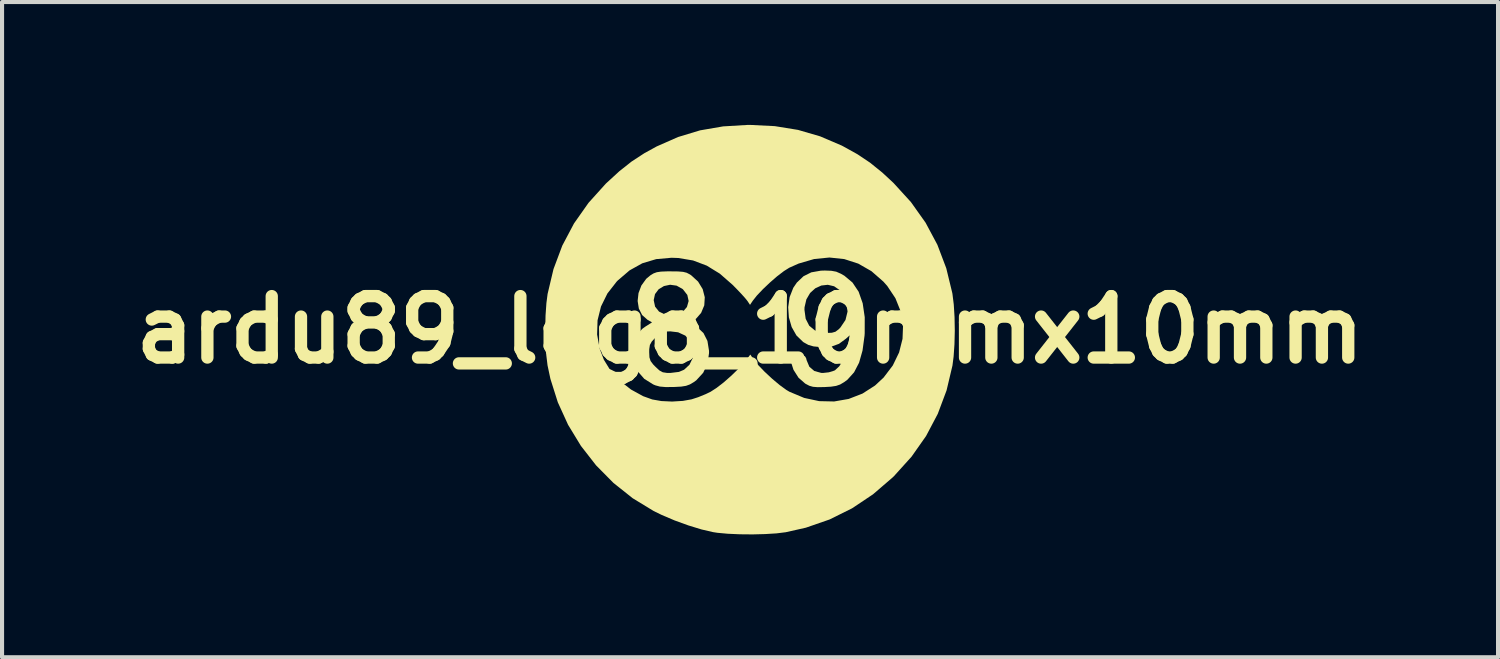
<source format=kicad_pcb>
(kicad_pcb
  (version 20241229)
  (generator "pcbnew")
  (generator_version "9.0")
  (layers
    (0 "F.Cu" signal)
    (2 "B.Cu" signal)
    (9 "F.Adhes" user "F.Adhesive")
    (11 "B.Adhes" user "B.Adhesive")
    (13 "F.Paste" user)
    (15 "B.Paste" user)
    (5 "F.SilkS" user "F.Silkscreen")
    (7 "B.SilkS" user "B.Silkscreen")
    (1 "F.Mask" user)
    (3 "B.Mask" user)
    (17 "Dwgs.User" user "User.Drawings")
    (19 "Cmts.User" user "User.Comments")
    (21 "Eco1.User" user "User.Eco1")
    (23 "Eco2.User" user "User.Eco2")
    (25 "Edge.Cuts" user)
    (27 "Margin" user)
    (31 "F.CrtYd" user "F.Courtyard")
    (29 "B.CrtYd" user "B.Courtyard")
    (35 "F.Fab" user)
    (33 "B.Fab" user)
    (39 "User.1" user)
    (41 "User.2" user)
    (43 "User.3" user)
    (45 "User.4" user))
  (footprint "ardu89_logo_10mmx10mm"
    (layer "F.Cu")
    (at 15.264 5.002)
    (property "Reference" "ardu89_logo_10mmx10mm" (at 0 0 0) (layer "F.SilkS") (effects (font (size 1.5 1.5) (thickness 0.3))))
    (attr board_only exclude_from_pos_files exclude_from_bom)
    (fp_poly (pts (xy 1.987 -1.44) (xy 2.105 -1.418) (xy 2.219 -1.368) (xy 2.304 -1.319) (xy 2.502 -1.153) (xy 2.652 -0.929) (xy 2.751 -0.646) (xy 2.801 -0.307) (xy 2.8 0.086) (xy 2.796 0.146) (xy 2.747 0.508) (xy 2.663 0.804) (xy 2.541 1.039) (xy 2.379 1.219) (xy 2.298 1.279) (xy 2.2 1.337) (xy 2.101 1.371) (xy 1.975 1.39) (xy 1.82 1.399) (xy 1.653 1.402) (xy 1.538 1.393) (xy 1.449 1.368) (xy 1.361 1.322) (xy 1.347 1.314) (xy 1.184 1.171) (xy 1.061 0.977) (xy 0.995 0.772) (xy 0.968 0.625) (xy 1.163 0.625) (xy 1.28 0.629) (xy 1.341 0.647) (xy 1.369 0.692) (xy 1.382 0.743) (xy 1.448 0.902) (xy 1.57 1.007) (xy 1.737 1.053) (xy 1.78 1.055) (xy 1.925 1.039) (xy 2.054 0.999) (xy 2.077 0.987) (xy 2.179 0.892) (xy 2.275 0.74) (xy 2.353 0.554) (xy 2.402 0.356) (xy 2.406 0.332) (xy 2.433 0.137) (xy 2.34 0.22) (xy 2.173 0.343) (xy 1.997 0.408) (xy 1.786 0.426) (xy 1.718 0.423) (xy 1.549 0.406) (xy 1.424 0.37) (xy 1.309 0.306) (xy 1.296 0.297) (xy 1.133 0.139) (xy 1.017 -0.066) (xy 0.949 -0.301) (xy 0.936 -0.488) (xy 1.329 -0.488) (xy 1.359 -0.268) (xy 1.446 -0.098) (xy 1.586 0.017) (xy 1.777 0.073) (xy 1.867 0.078) (xy 1.998 0.073) (xy 2.086 0.048) (xy 2.162 -0.009) (xy 2.208 -0.056) (xy 2.331 -0.239) (xy 2.381 -0.443) (xy 2.357 -0.663) (xy 2.302 -0.809) (xy 2.191 -0.967) (xy 2.053 -1.062) (xy 1.899 -1.098) (xy 1.741 -1.08) (xy 1.593 -1.012) (xy 1.467 -0.898) (xy 1.376 -0.742) (xy 1.331 -0.548) (xy 1.329 -0.488) (xy 0.936 -0.488) (xy 0.932 -0.551) (xy 0.967 -0.797) (xy 1.056 -1.024) (xy 1.143 -1.152) (xy 1.306 -1.307) (xy 1.496 -1.402) (xy 1.73 -1.443) (xy 1.827 -1.446)) (stroke (width 0) (type solid)) (fill yes) (layer "F.SilkS"))
    (fp_poly (pts (xy -1.756 -1.424) (xy -1.634 -1.414) (xy -1.547 -1.392) (xy -1.472 -1.353) (xy -1.439 -1.332) (xy -1.268 -1.176) (xy -1.156 -0.992) (xy -1.105 -0.794) (xy -1.117 -0.596) (xy -1.194 -0.412) (xy -1.309 -0.279) (xy -1.441 -0.163) (xy -1.293 -0.066) (xy -1.137 0.08) (xy -1.04 0.272) (xy -1.001 0.515) (xy -1.001 0.571) (xy -1.038 0.827) (xy -1.144 1.051) (xy -1.313 1.235) (xy -1.377 1.281) (xy -1.469 1.335) (xy -1.562 1.369) (xy -1.68 1.388) (xy -1.848 1.397) (xy -1.873 1.398) (xy -2.064 1.399) (xy -2.202 1.387) (xy -2.312 1.357) (xy -2.364 1.335) (xy -2.583 1.198) (xy -2.736 1.022) (xy -2.825 0.803) (xy -2.852 0.547) (xy -2.462 0.547) (xy -2.456 0.674) (xy -2.428 0.763) (xy -2.364 0.848) (xy -2.31 0.903) (xy -2.213 0.993) (xy -2.131 1.038) (xy -2.028 1.054) (xy -1.949 1.055) (xy -1.736 1.029) (xy -1.61 0.976) (xy -1.479 0.854) (xy -1.399 0.69) (xy -1.382 0.511) (xy -1.387 0.474) (xy -1.457 0.281) (xy -1.58 0.143) (xy -1.756 0.062) (xy -1.949 0.039) (xy -2.078 0.045) (xy -2.167 0.071) (xy -2.251 0.134) (xy -2.31 0.191) (xy -2.4 0.289) (xy -2.445 0.371) (xy -2.461 0.474) (xy -2.462 0.547) (xy -2.852 0.547) (xy -2.853 0.544) (xy -2.83 0.307) (xy -2.758 0.122) (xy -2.632 -0.022) (xy -2.557 -0.076) (xy -2.393 -0.18) (xy -2.503 -0.243) (xy -2.635 -0.36) (xy -2.715 -0.518) (xy -2.744 -0.702) (xy -2.742 -0.723) (xy -2.352 -0.723) (xy -2.318 -0.564) (xy -2.222 -0.444) (xy -2.073 -0.371) (xy -1.924 -0.353) (xy -1.764 -0.372) (xy -1.656 -0.421) (xy -1.541 -0.555) (xy -1.499 -0.702) (xy -1.531 -0.85) (xy -1.637 -0.986) (xy -1.647 -0.995) (xy -1.793 -1.077) (xy -1.951 -1.099) (xy -2.102 -1.067) (xy -2.231 -0.989) (xy -2.32 -0.871) (xy -2.352 -0.723) (xy -2.742 -0.723) (xy -2.723 -0.895) (xy -2.653 -1.08) (xy -2.535 -1.244) (xy -2.433 -1.329) (xy -2.356 -1.376) (xy -2.276 -1.405) (xy -2.174 -1.42) (xy -2.025 -1.426) (xy -1.934 -1.426)) (stroke (width 0) (type solid)) (fill yes) (layer "F.SilkS"))
    (fp_poly (pts (xy 0.606 -4.972) (xy 1.173 -4.88) (xy 1.712 -4.723) (xy 2.236 -4.499) (xy 2.28 -4.476) (xy 2.621 -4.287) (xy 2.929 -4.081) (xy 3.228 -3.84) (xy 3.503 -3.585) (xy 3.929 -3.118) (xy 4.287 -2.614) (xy 4.575 -2.075) (xy 4.792 -1.502) (xy 4.939 -0.897) (xy 4.943 -0.874) (xy 4.975 -0.617) (xy 4.994 -0.309) (xy 5 0.024) (xy 4.992 0.355) (xy 4.971 0.657) (xy 4.943 0.874) (xy 4.799 1.481) (xy 4.584 2.054) (xy 4.299 2.594) (xy 3.944 3.099) (xy 3.518 3.571) (xy 3.481 3.607) (xy 3.002 4.019) (xy 2.49 4.361) (xy 1.944 4.632) (xy 1.364 4.833) (xy 0.871 4.944) (xy 0.646 4.972) (xy 0.368 4.989) (xy 0.062 4.997) (xy -0.25 4.994) (xy -0.543 4.981) (xy -0.795 4.958) (xy -0.899 4.942) (xy -1.184 4.876) (xy -1.507 4.777) (xy -1.841 4.656) (xy -2.158 4.521) (xy -2.353 4.426) (xy -2.865 4.114) (xy -3.335 3.74) (xy -3.759 3.311) (xy -4.129 2.836) (xy -4.443 2.32) (xy -4.693 1.772) (xy -4.874 1.2) (xy -4.944 0.871) (xy -4.975 0.616) (xy -4.994 0.311) (xy -4.998 0.116) (xy -3.734 0.116) (xy -3.671 0.465) (xy -3.569 0.732) (xy -3.404 1) (xy -3.177 1.247) (xy -2.907 1.459) (xy -2.61 1.622) (xy -2.387 1.702) (xy -2.164 1.741) (xy -1.904 1.753) (xy -1.64 1.737) (xy -1.428 1.699) (xy -1.264 1.646) (xy -1.081 1.571) (xy -0.961 1.513) (xy -0.816 1.419) (xy -0.64 1.283) (xy -0.455 1.12) (xy -0.279 0.949) (xy -0.131 0.787) (xy -0.081 0.723) (xy 0.007 0.606) (xy 0.088 0.723) (xy 0.202 0.865) (xy 0.36 1.029) (xy 0.54 1.196) (xy 0.722 1.349) (xy 0.887 1.469) (xy 0.961 1.513) (xy 1.322 1.664) (xy 1.689 1.743) (xy 2.054 1.751) (xy 2.409 1.689) (xy 2.745 1.559) (xy 3.052 1.362) (xy 3.261 1.168) (xy 3.486 0.872) (xy 3.64 0.554) (xy 3.724 0.222) (xy 3.737 -0.115) (xy 3.679 -0.449) (xy 3.55 -0.77) (xy 3.351 -1.069) (xy 3.257 -1.175) (xy 2.964 -1.431) (xy 2.643 -1.615) (xy 2.3 -1.726) (xy 1.939 -1.764) (xy 1.566 -1.727) (xy 1.186 -1.616) (xy 0.959 -1.515) (xy 0.827 -1.432) (xy 0.662 -1.306) (xy 0.486 -1.153) (xy 0.315 -0.991) (xy 0.168 -0.836) (xy 0.065 -0.706) (xy 0.064 -0.704) (xy 0 -0.608) (xy -0.064 -0.704) (xy -0.119 -0.772) (xy -0.214 -0.878) (xy -0.335 -1.005) (xy -0.428 -1.099) (xy -0.738 -1.37) (xy -1.057 -1.566) (xy -1.391 -1.692) (xy -1.751 -1.752) (xy -1.917 -1.758) (xy -2.29 -1.725) (xy -2.63 -1.623) (xy -2.941 -1.45) (xy -3.23 -1.203) (xy -3.257 -1.175) (xy -3.483 -0.885) (xy -3.639 -0.568) (xy -3.723 -0.231) (xy -3.734 0.116) (xy -4.998 0.116) (xy -5 -0.019) (xy -4.993 -0.348) (xy -4.972 -0.649) (xy -4.943 -0.874) (xy -4.799 -1.481) (xy -4.584 -2.055) (xy -4.298 -2.596) (xy -3.943 -3.1) (xy -3.52 -3.569) (xy -3.503 -3.585) (xy -3.191 -3.871) (xy -2.893 -4.107) (xy -2.582 -4.31) (xy -2.28 -4.476) (xy -1.758 -4.706) (xy -1.22 -4.869) (xy -0.656 -4.966) (xy -0.054 -5.002) (xy 0 -5.002)) (stroke (width 0) (type solid)) (fill yes) (layer "F.SilkS")))
  (gr_rect
    (start -3 -3)
    (end 33.529 12.999)
    (stroke (width 0.1) (type default))
    (fill no)
    (layer "Edge.Cuts")))
</source>
